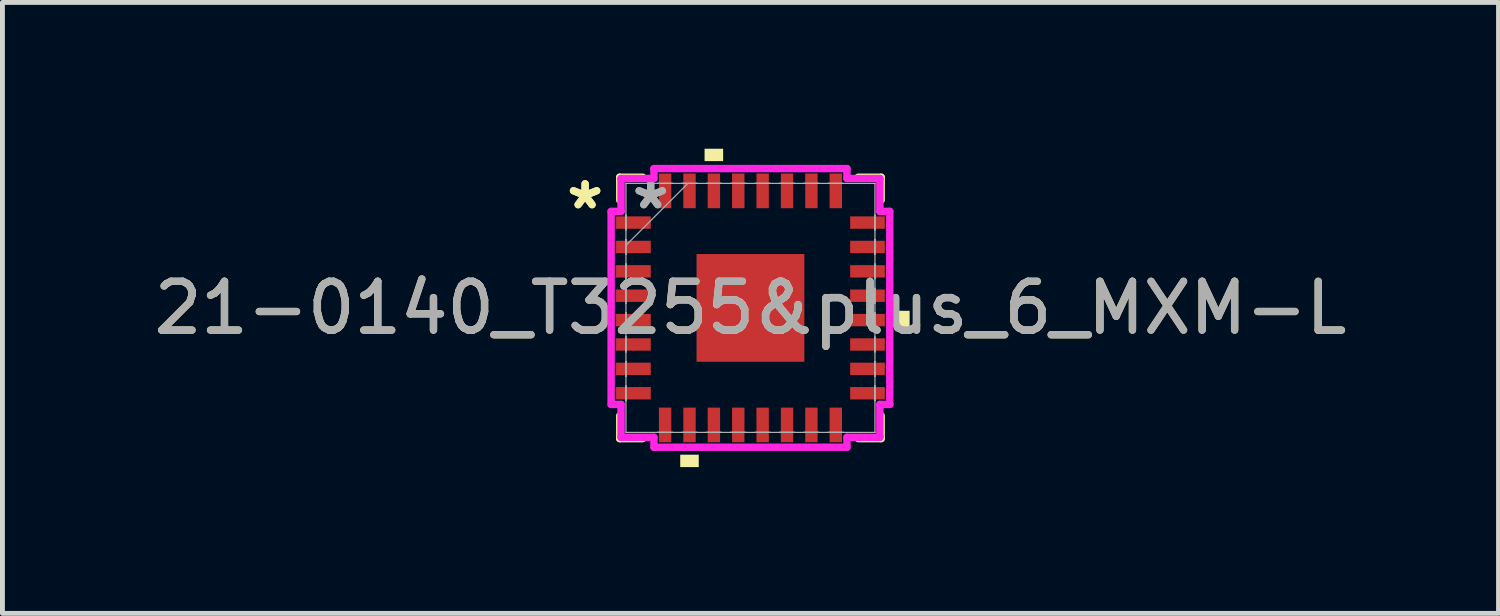
<source format=kicad_pcb>
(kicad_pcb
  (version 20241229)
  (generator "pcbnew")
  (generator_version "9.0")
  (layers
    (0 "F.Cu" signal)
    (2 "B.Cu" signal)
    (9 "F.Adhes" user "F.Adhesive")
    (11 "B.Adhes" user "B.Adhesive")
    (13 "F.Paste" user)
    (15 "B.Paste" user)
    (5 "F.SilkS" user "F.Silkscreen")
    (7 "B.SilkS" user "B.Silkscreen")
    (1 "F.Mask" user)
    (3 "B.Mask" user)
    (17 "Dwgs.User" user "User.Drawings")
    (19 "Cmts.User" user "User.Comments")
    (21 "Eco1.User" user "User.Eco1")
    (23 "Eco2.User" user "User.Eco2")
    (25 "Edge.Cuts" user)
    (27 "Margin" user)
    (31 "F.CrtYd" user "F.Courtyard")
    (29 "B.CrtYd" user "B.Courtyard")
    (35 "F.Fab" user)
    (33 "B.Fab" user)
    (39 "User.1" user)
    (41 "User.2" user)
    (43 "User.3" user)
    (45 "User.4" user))
  (footprint "21-0140_T3255&plus_6_MXM-L"
    (layer "F.Cu")
    (at 12.339 3.264)
    (property "Reference" "21-0140_T3255&plus_6_MXM-L" (at 0 0 0) (unlocked yes) (layer "F.SilkS") (effects (font (size 1 1) (thickness 0.15))))
    (attr smd)
    (fp_line (start -2.68 -2.68) (end -2.68 -2.21) (stroke (width 0.152) (type solid)) (layer "F.SilkS"))
    (fp_line (start -2.68 2.21) (end -2.68 2.68) (stroke (width 0.152) (type solid)) (layer "F.SilkS"))
    (fp_line (start -2.68 2.68) (end -2.21 2.68) (stroke (width 0.152) (type solid)) (layer "F.SilkS"))
    (fp_line (start -2.21 -2.68) (end -2.68 -2.68) (stroke (width 0.152) (type solid)) (layer "F.SilkS"))
    (fp_line (start 2.21 2.68) (end 2.68 2.68) (stroke (width 0.152) (type solid)) (layer "F.SilkS"))
    (fp_line (start 2.68 -2.68) (end 2.21 -2.68) (stroke (width 0.152) (type solid)) (layer "F.SilkS"))
    (fp_line (start 2.68 -2.21) (end 2.68 -2.68) (stroke (width 0.152) (type solid)) (layer "F.SilkS"))
    (fp_line (start 2.68 2.68) (end 2.68 2.21) (stroke (width 0.152) (type solid)) (layer "F.SilkS"))
    (fp_poly (pts (xy -1.44 3.01) (xy -1.44 3.264) (xy -1.06 3.264) (xy -1.06 3.01)) (stroke (width 0) (type solid)) (fill yes) (layer "F.SilkS"))
    (fp_poly (pts (xy -0.941 -3.01) (xy -0.941 -3.264) (xy -0.56 -3.264) (xy -0.56 -3.01)) (stroke (width 0) (type solid)) (fill yes) (layer "F.SilkS"))
    (fp_poly (pts (xy 3.264 0.059) (xy 3.264 0.441) (xy 3.01 0.441) (xy 3.01 0.059)) (stroke (width 0) (type solid)) (fill yes) (layer "F.SilkS"))
    (fp_line (start -2.857 -1.979) (end -2.654 -1.979) (stroke (width 0.152) (type solid)) (layer "F.CrtYd"))
    (fp_line (start -2.857 1.979) (end -2.857 -1.979) (stroke (width 0.152) (type solid)) (layer "F.CrtYd"))
    (fp_line (start -2.654 -2.654) (end -1.979 -2.654) (stroke (width 0.152) (type solid)) (layer "F.CrtYd"))
    (fp_line (start -2.654 -1.979) (end -2.654 -2.654) (stroke (width 0.152) (type solid)) (layer "F.CrtYd"))
    (fp_line (start -2.654 1.979) (end -2.857 1.979) (stroke (width 0.152) (type solid)) (layer "F.CrtYd"))
    (fp_line (start -2.654 2.654) (end -2.654 1.979) (stroke (width 0.152) (type solid)) (layer "F.CrtYd"))
    (fp_line (start -1.979 -2.857) (end 1.979 -2.857) (stroke (width 0.152) (type solid)) (layer "F.CrtYd"))
    (fp_line (start -1.979 -2.654) (end -1.979 -2.857) (stroke (width 0.152) (type solid)) (layer "F.CrtYd"))
    (fp_line (start -1.979 2.654) (end -2.654 2.654) (stroke (width 0.152) (type solid)) (layer "F.CrtYd"))
    (fp_line (start -1.979 2.857) (end -1.979 2.654) (stroke (width 0.152) (type solid)) (layer "F.CrtYd"))
    (fp_line (start 1.979 -2.857) (end 1.979 -2.654) (stroke (width 0.152) (type solid)) (layer "F.CrtYd"))
    (fp_line (start 1.979 -2.654) (end 2.654 -2.654) (stroke (width 0.152) (type solid)) (layer "F.CrtYd"))
    (fp_line (start 1.979 2.654) (end 1.979 2.857) (stroke (width 0.152) (type solid)) (layer "F.CrtYd"))
    (fp_line (start 1.979 2.857) (end -1.979 2.857) (stroke (width 0.152) (type solid)) (layer "F.CrtYd"))
    (fp_line (start 2.654 -2.654) (end 2.654 -1.979) (stroke (width 0.152) (type solid)) (layer "F.CrtYd"))
    (fp_line (start 2.654 -1.979) (end 2.857 -1.979) (stroke (width 0.152) (type solid)) (layer "F.CrtYd"))
    (fp_line (start 2.654 1.979) (end 2.654 2.654) (stroke (width 0.152) (type solid)) (layer "F.CrtYd"))
    (fp_line (start 2.654 2.654) (end 1.979 2.654) (stroke (width 0.152) (type solid)) (layer "F.CrtYd"))
    (fp_line (start 2.857 -1.979) (end 2.857 1.979) (stroke (width 0.152) (type solid)) (layer "F.CrtYd"))
    (fp_line (start 2.857 1.979) (end 2.654 1.979) (stroke (width 0.152) (type solid)) (layer "F.CrtYd"))
    (fp_line (start -2.553 -2.553) (end -2.553 -2.553) (stroke (width 0.025) (type solid)) (layer "F.Fab"))
    (fp_line (start -2.553 -2.553) (end -2.553 2.553) (stroke (width 0.025) (type solid)) (layer "F.Fab"))
    (fp_line (start -2.553 -1.902) (end -2.553 -1.902) (stroke (width 0.025) (type solid)) (layer "F.Fab"))
    (fp_line (start -2.553 -1.902) (end -2.553 -1.598) (stroke (width 0.025) (type solid)) (layer "F.Fab"))
    (fp_line (start -2.553 -1.598) (end -2.553 -1.902) (stroke (width 0.025) (type solid)) (layer "F.Fab"))
    (fp_line (start -2.553 -1.598) (end -2.553 -1.598) (stroke (width 0.025) (type solid)) (layer "F.Fab"))
    (fp_line (start -2.553 -1.402) (end -2.553 -1.402) (stroke (width 0.025) (type solid)) (layer "F.Fab"))
    (fp_line (start -2.553 -1.402) (end -2.553 -1.098) (stroke (width 0.025) (type solid)) (layer "F.Fab"))
    (fp_line (start -2.553 -1.283) (end -1.283 -2.553) (stroke (width 0.025) (type solid)) (layer "F.Fab"))
    (fp_line (start -2.553 -1.098) (end -2.553 -1.402) (stroke (width 0.025) (type solid)) (layer "F.Fab"))
    (fp_line (start -2.553 -1.098) (end -2.553 -1.098) (stroke (width 0.025) (type solid)) (layer "F.Fab"))
    (fp_line (start -2.553 -0.902) (end -2.553 -0.902) (stroke (width 0.025) (type solid)) (layer "F.Fab"))
    (fp_line (start -2.553 -0.902) (end -2.553 -0.598) (stroke (width 0.025) (type solid)) (layer "F.Fab"))
    (fp_line (start -2.553 -0.598) (end -2.553 -0.902) (stroke (width 0.025) (type solid)) (layer "F.Fab"))
    (fp_line (start -2.553 -0.598) (end -2.553 -0.598) (stroke (width 0.025) (type solid)) (layer "F.Fab"))
    (fp_line (start -2.553 -0.402) (end -2.553 -0.402) (stroke (width 0.025) (type solid)) (layer "F.Fab"))
    (fp_line (start -2.553 -0.402) (end -2.553 -0.098) (stroke (width 0.025) (type solid)) (layer "F.Fab"))
    (fp_line (start -2.553 -0.098) (end -2.553 -0.402) (stroke (width 0.025) (type solid)) (layer "F.Fab"))
    (fp_line (start -2.553 -0.098) (end -2.553 -0.098) (stroke (width 0.025) (type solid)) (layer "F.Fab"))
    (fp_line (start -2.553 0.098) (end -2.553 0.098) (stroke (width 0.025) (type solid)) (layer "F.Fab"))
    (fp_line (start -2.553 0.098) (end -2.553 0.402) (stroke (width 0.025) (type solid)) (layer "F.Fab"))
    (fp_line (start -2.553 0.402) (end -2.553 0.098) (stroke (width 0.025) (type solid)) (layer "F.Fab"))
    (fp_line (start -2.553 0.402) (end -2.553 0.402) (stroke (width 0.025) (type solid)) (layer "F.Fab"))
    (fp_line (start -2.553 0.598) (end -2.553 0.598) (stroke (width 0.025) (type solid)) (layer "F.Fab"))
    (fp_line (start -2.553 0.598) (end -2.553 0.902) (stroke (width 0.025) (type solid)) (layer "F.Fab"))
    (fp_line (start -2.553 0.902) (end -2.553 0.598) (stroke (width 0.025) (type solid)) (layer "F.Fab"))
    (fp_line (start -2.553 0.902) (end -2.553 0.902) (stroke (width 0.025) (type solid)) (layer "F.Fab"))
    (fp_line (start -2.553 1.098) (end -2.553 1.098) (stroke (width 0.025) (type solid)) (layer "F.Fab"))
    (fp_line (start -2.553 1.098) (end -2.553 1.402) (stroke (width 0.025) (type solid)) (layer "F.Fab"))
    (fp_line (start -2.553 1.402) (end -2.553 1.098) (stroke (width 0.025) (type solid)) (layer "F.Fab"))
    (fp_line (start -2.553 1.402) (end -2.553 1.402) (stroke (width 0.025) (type solid)) (layer "F.Fab"))
    (fp_line (start -2.553 1.598) (end -2.553 1.598) (stroke (width 0.025) (type solid)) (layer "F.Fab"))
    (fp_line (start -2.553 1.598) (end -2.553 1.902) (stroke (width 0.025) (type solid)) (layer "F.Fab"))
    (fp_line (start -2.553 1.902) (end -2.553 1.598) (stroke (width 0.025) (type solid)) (layer "F.Fab"))
    (fp_line (start -2.553 1.902) (end -2.553 1.902) (stroke (width 0.025) (type solid)) (layer "F.Fab"))
    (fp_line (start -2.553 2.553) (end -2.553 2.553) (stroke (width 0.025) (type solid)) (layer "F.Fab"))
    (fp_line (start -2.553 2.553) (end 2.553 2.553) (stroke (width 0.025) (type solid)) (layer "F.Fab"))
    (fp_line (start -1.902 -2.553) (end -1.902 -2.553) (stroke (width 0.025) (type solid)) (layer "F.Fab"))
    (fp_line (start -1.902 -2.553) (end -1.598 -2.553) (stroke (width 0.025) (type solid)) (layer "F.Fab"))
    (fp_line (start -1.902 2.553) (end -1.902 2.553) (stroke (width 0.025) (type solid)) (layer "F.Fab"))
    (fp_line (start -1.902 2.553) (end -1.598 2.553) (stroke (width 0.025) (type solid)) (layer "F.Fab"))
    (fp_line (start -1.598 -2.553) (end -1.902 -2.553) (stroke (width 0.025) (type solid)) (layer "F.Fab"))
    (fp_line (start -1.598 -2.553) (end -1.598 -2.553) (stroke (width 0.025) (type solid)) (layer "F.Fab"))
    (fp_line (start -1.598 2.553) (end -1.902 2.553) (stroke (width 0.025) (type solid)) (layer "F.Fab"))
    (fp_line (start -1.598 2.553) (end -1.598 2.553) (stroke (width 0.025) (type solid)) (layer "F.Fab"))
    (fp_line (start -1.402 -2.553) (end -1.402 -2.553) (stroke (width 0.025) (type solid)) (layer "F.Fab"))
    (fp_line (start -1.402 -2.553) (end -1.098 -2.553) (stroke (width 0.025) (type solid)) (layer "F.Fab"))
    (fp_line (start -1.402 2.553) (end -1.402 2.553) (stroke (width 0.025) (type solid)) (layer "F.Fab"))
    (fp_line (start -1.402 2.553) (end -1.098 2.553) (stroke (width 0.025) (type solid)) (layer "F.Fab"))
    (fp_line (start -1.098 -2.553) (end -1.402 -2.553) (stroke (width 0.025) (type solid)) (layer "F.Fab"))
    (fp_line (start -1.098 -2.553) (end -1.098 -2.553) (stroke (width 0.025) (type solid)) (layer "F.Fab"))
    (fp_line (start -1.098 2.553) (end -1.402 2.553) (stroke (width 0.025) (type solid)) (layer "F.Fab"))
    (fp_line (start -1.098 2.553) (end -1.098 2.553) (stroke (width 0.025) (type solid)) (layer "F.Fab"))
    (fp_line (start -0.902 -2.553) (end -0.902 -2.553) (stroke (width 0.025) (type solid)) (layer "F.Fab"))
    (fp_line (start -0.902 -2.553) (end -0.598 -2.553) (stroke (width 0.025) (type solid)) (layer "F.Fab"))
    (fp_line (start -0.902 2.553) (end -0.902 2.553) (stroke (width 0.025) (type solid)) (layer "F.Fab"))
    (fp_line (start -0.902 2.553) (end -0.598 2.553) (stroke (width 0.025) (type solid)) (layer "F.Fab"))
    (fp_line (start -0.598 -2.553) (end -0.902 -2.553) (stroke (width 0.025) (type solid)) (layer "F.Fab"))
    (fp_line (start -0.598 -2.553) (end -0.598 -2.553) (stroke (width 0.025) (type solid)) (layer "F.Fab"))
    (fp_line (start -0.598 2.553) (end -0.902 2.553) (stroke (width 0.025) (type solid)) (layer "F.Fab"))
    (fp_line (start -0.598 2.553) (end -0.598 2.553) (stroke (width 0.025) (type solid)) (layer "F.Fab"))
    (fp_line (start -0.402 -2.553) (end -0.402 -2.553) (stroke (width 0.025) (type solid)) (layer "F.Fab"))
    (fp_line (start -0.402 -2.553) (end -0.098 -2.553) (stroke (width 0.025) (type solid)) (layer "F.Fab"))
    (fp_line (start -0.402 2.553) (end -0.402 2.553) (stroke (width 0.025) (type solid)) (layer "F.Fab"))
    (fp_line (start -0.402 2.553) (end -0.098 2.553) (stroke (width 0.025) (type solid)) (layer "F.Fab"))
    (fp_line (start -0.098 -2.553) (end -0.402 -2.553) (stroke (width 0.025) (type solid)) (layer "F.Fab"))
    (fp_line (start -0.098 -2.553) (end -0.098 -2.553) (stroke (width 0.025) (type solid)) (layer "F.Fab"))
    (fp_line (start -0.098 2.553) (end -0.402 2.553) (stroke (width 0.025) (type solid)) (layer "F.Fab"))
    (fp_line (start -0.098 2.553) (end -0.098 2.553) (stroke (width 0.025) (type solid)) (layer "F.Fab"))
    (fp_line (start 0.098 -2.553) (end 0.098 -2.553) (stroke (width 0.025) (type solid)) (layer "F.Fab"))
    (fp_line (start 0.098 -2.553) (end 0.402 -2.553) (stroke (width 0.025) (type solid)) (layer "F.Fab"))
    (fp_line (start 0.098 2.553) (end 0.098 2.553) (stroke (width 0.025) (type solid)) (layer "F.Fab"))
    (fp_line (start 0.098 2.553) (end 0.402 2.553) (stroke (width 0.025) (type solid)) (layer "F.Fab"))
    (fp_line (start 0.402 -2.553) (end 0.098 -2.553) (stroke (width 0.025) (type solid)) (layer "F.Fab"))
    (fp_line (start 0.402 -2.553) (end 0.402 -2.553) (stroke (width 0.025) (type solid)) (layer "F.Fab"))
    (fp_line (start 0.402 2.553) (end 0.098 2.553) (stroke (width 0.025) (type solid)) (layer "F.Fab"))
    (fp_line (start 0.402 2.553) (end 0.402 2.553) (stroke (width 0.025) (type solid)) (layer "F.Fab"))
    (fp_line (start 0.598 -2.553) (end 0.598 -2.553) (stroke (width 0.025) (type solid)) (layer "F.Fab"))
    (fp_line (start 0.598 -2.553) (end 0.902 -2.553) (stroke (width 0.025) (type solid)) (layer "F.Fab"))
    (fp_line (start 0.598 2.553) (end 0.598 2.553) (stroke (width 0.025) (type solid)) (layer "F.Fab"))
    (fp_line (start 0.598 2.553) (end 0.902 2.553) (stroke (width 0.025) (type solid)) (layer "F.Fab"))
    (fp_line (start 0.902 -2.553) (end 0.598 -2.553) (stroke (width 0.025) (type solid)) (layer "F.Fab"))
    (fp_line (start 0.902 -2.553) (end 0.902 -2.553) (stroke (width 0.025) (type solid)) (layer "F.Fab"))
    (fp_line (start 0.902 2.553) (end 0.598 2.553) (stroke (width 0.025) (type solid)) (layer "F.Fab"))
    (fp_line (start 0.902 2.553) (end 0.902 2.553) (stroke (width 0.025) (type solid)) (layer "F.Fab"))
    (fp_line (start 1.098 -2.553) (end 1.098 -2.553) (stroke (width 0.025) (type solid)) (layer "F.Fab"))
    (fp_line (start 1.098 -2.553) (end 1.402 -2.553) (stroke (width 0.025) (type solid)) (layer "F.Fab"))
    (fp_line (start 1.098 2.553) (end 1.098 2.553) (stroke (width 0.025) (type solid)) (layer "F.Fab"))
    (fp_line (start 1.098 2.553) (end 1.402 2.553) (stroke (width 0.025) (type solid)) (layer "F.Fab"))
    (fp_line (start 1.402 -2.553) (end 1.098 -2.553) (stroke (width 0.025) (type solid)) (layer "F.Fab"))
    (fp_line (start 1.402 -2.553) (end 1.402 -2.553) (stroke (width 0.025) (type solid)) (layer "F.Fab"))
    (fp_line (start 1.402 2.553) (end 1.098 2.553) (stroke (width 0.025) (type solid)) (layer "F.Fab"))
    (fp_line (start 1.402 2.553) (end 1.402 2.553) (stroke (width 0.025) (type solid)) (layer "F.Fab"))
    (fp_line (start 1.598 -2.553) (end 1.598 -2.553) (stroke (width 0.025) (type solid)) (layer "F.Fab"))
    (fp_line (start 1.598 -2.553) (end 1.902 -2.553) (stroke (width 0.025) (type solid)) (layer "F.Fab"))
    (fp_line (start 1.598 2.553) (end 1.598 2.553) (stroke (width 0.025) (type solid)) (layer "F.Fab"))
    (fp_line (start 1.598 2.553) (end 1.902 2.553) (stroke (width 0.025) (type solid)) (layer "F.Fab"))
    (fp_line (start 1.902 -2.553) (end 1.598 -2.553) (stroke (width 0.025) (type solid)) (layer "F.Fab"))
    (fp_line (start 1.902 -2.553) (end 1.902 -2.553) (stroke (width 0.025) (type solid)) (layer "F.Fab"))
    (fp_line (start 1.902 2.553) (end 1.598 2.553) (stroke (width 0.025) (type solid)) (layer "F.Fab"))
    (fp_line (start 1.902 2.553) (end 1.902 2.553) (stroke (width 0.025) (type solid)) (layer "F.Fab"))
    (fp_line (start 2.553 -2.553) (end -2.553 -2.553) (stroke (width 0.025) (type solid)) (layer "F.Fab"))
    (fp_line (start 2.553 -2.553) (end 2.553 -2.553) (stroke (width 0.025) (type solid)) (layer "F.Fab"))
    (fp_line (start 2.553 -1.902) (end 2.553 -1.902) (stroke (width 0.025) (type solid)) (layer "F.Fab"))
    (fp_line (start 2.553 -1.902) (end 2.553 -1.598) (stroke (width 0.025) (type solid)) (layer "F.Fab"))
    (fp_line (start 2.553 -1.598) (end 2.553 -1.902) (stroke (width 0.025) (type solid)) (layer "F.Fab"))
    (fp_line (start 2.553 -1.598) (end 2.553 -1.598) (stroke (width 0.025) (type solid)) (layer "F.Fab"))
    (fp_line (start 2.553 -1.402) (end 2.553 -1.402) (stroke (width 0.025) (type solid)) (layer "F.Fab"))
    (fp_line (start 2.553 -1.402) (end 2.553 -1.098) (stroke (width 0.025) (type solid)) (layer "F.Fab"))
    (fp_line (start 2.553 -1.098) (end 2.553 -1.402) (stroke (width 0.025) (type solid)) (layer "F.Fab"))
    (fp_line (start 2.553 -1.098) (end 2.553 -1.098) (stroke (width 0.025) (type solid)) (layer "F.Fab"))
    (fp_line (start 2.553 -0.902) (end 2.553 -0.902) (stroke (width 0.025) (type solid)) (layer "F.Fab"))
    (fp_line (start 2.553 -0.902) (end 2.553 -0.598) (stroke (width 0.025) (type solid)) (layer "F.Fab"))
    (fp_line (start 2.553 -0.598) (end 2.553 -0.902) (stroke (width 0.025) (type solid)) (layer "F.Fab"))
    (fp_line (start 2.553 -0.598) (end 2.553 -0.598) (stroke (width 0.025) (type solid)) (layer "F.Fab"))
    (fp_line (start 2.553 -0.402) (end 2.553 -0.402) (stroke (width 0.025) (type solid)) (layer "F.Fab"))
    (fp_line (start 2.553 -0.402) (end 2.553 -0.098) (stroke (width 0.025) (type solid)) (layer "F.Fab"))
    (fp_line (start 2.553 -0.098) (end 2.553 -0.402) (stroke (width 0.025) (type solid)) (layer "F.Fab"))
    (fp_line (start 2.553 -0.098) (end 2.553 -0.098) (stroke (width 0.025) (type solid)) (layer "F.Fab"))
    (fp_line (start 2.553 0.098) (end 2.553 0.098) (stroke (width 0.025) (type solid)) (layer "F.Fab"))
    (fp_line (start 2.553 0.098) (end 2.553 0.402) (stroke (width 0.025) (type solid)) (layer "F.Fab"))
    (fp_line (start 2.553 0.402) (end 2.553 0.098) (stroke (width 0.025) (type solid)) (layer "F.Fab"))
    (fp_line (start 2.553 0.402) (end 2.553 0.402) (stroke (width 0.025) (type solid)) (layer "F.Fab"))
    (fp_line (start 2.553 0.598) (end 2.553 0.598) (stroke (width 0.025) (type solid)) (layer "F.Fab"))
    (fp_line (start 2.553 0.598) (end 2.553 0.902) (stroke (width 0.025) (type solid)) (layer "F.Fab"))
    (fp_line (start 2.553 0.902) (end 2.553 0.598) (stroke (width 0.025) (type solid)) (layer "F.Fab"))
    (fp_line (start 2.553 0.902) (end 2.553 0.902) (stroke (width 0.025) (type solid)) (layer "F.Fab"))
    (fp_line (start 2.553 1.098) (end 2.553 1.098) (stroke (width 0.025) (type solid)) (layer "F.Fab"))
    (fp_line (start 2.553 1.098) (end 2.553 1.402) (stroke (width 0.025) (type solid)) (layer "F.Fab"))
    (fp_line (start 2.553 1.402) (end 2.553 1.098) (stroke (width 0.025) (type solid)) (layer "F.Fab"))
    (fp_line (start 2.553 1.402) (end 2.553 1.402) (stroke (width 0.025) (type solid)) (layer "F.Fab"))
    (fp_line (start 2.553 1.598) (end 2.553 1.598) (stroke (width 0.025) (type solid)) (layer "F.Fab"))
    (fp_line (start 2.553 1.598) (end 2.553 1.902) (stroke (width 0.025) (type solid)) (layer "F.Fab"))
    (fp_line (start 2.553 1.902) (end 2.553 1.598) (stroke (width 0.025) (type solid)) (layer "F.Fab"))
    (fp_line (start 2.553 1.902) (end 2.553 1.902) (stroke (width 0.025) (type solid)) (layer "F.Fab"))
    (fp_line (start 2.553 2.553) (end 2.553 -2.553) (stroke (width 0.025) (type solid)) (layer "F.Fab"))
    (fp_line (start 2.553 2.553) (end 2.553 2.553) (stroke (width 0.025) (type solid)) (layer "F.Fab"))
    (fp_text user "*" (at -3.391 -2 0) (unlocked yes) (layer "F.SilkS") (effects (font (size 1 1) (thickness 0.15))))
    (fp_text user "*" (at -3.391 -2 0) (layer "F.SilkS") (effects (font (size 1 1) (thickness 0.15))))
    (fp_text user "*" (at -2.045 -2 0) (unlocked yes) (layer "F.Fab") (effects (font (size 1 1) (thickness 0.15))))
    (fp_text user "*" (at -2.045 -2 0) (layer "F.Fab") (effects (font (size 1 1) (thickness 0.15))))
    (fp_text user "${REFERENCE}" (at 0 0 0) (unlocked yes) (layer "F.Fab") (effects (font (size 1 1) (thickness 0.15))))
    (pad "1" smd rect (at -2.4 -1.75 90) (size 0.254 0.711) (layers "F.Cu" "F.Mask" "F.Paste"))
    (pad "2" smd rect (at -2.4 -1.25 90) (size 0.254 0.711) (layers "F.Cu" "F.Mask" "F.Paste"))
    (pad "3" smd rect (at -2.4 -0.75 90) (size 0.254 0.711) (layers "F.Cu" "F.Mask" "F.Paste"))
    (pad "4" smd rect (at -2.4 -0.25 90) (size 0.254 0.711) (layers "F.Cu" "F.Mask" "F.Paste"))
    (pad "5" smd rect (at -2.4 0.25 90) (size 0.254 0.711) (layers "F.Cu" "F.Mask" "F.Paste"))
    (pad "6" smd rect (at -2.4 0.75 90) (size 0.254 0.711) (layers "F.Cu" "F.Mask" "F.Paste"))
    (pad "7" smd rect (at -2.4 1.25 90) (size 0.254 0.711) (layers "F.Cu" "F.Mask" "F.Paste"))
    (pad "8" smd rect (at -2.4 1.75 90) (size 0.254 0.711) (layers "F.Cu" "F.Mask" "F.Paste"))
    (pad "9" smd rect (at -1.75 2.4) (size 0.254 0.711) (layers "F.Cu" "F.Mask" "F.Paste"))
    (pad "10" smd rect (at -1.25 2.4) (size 0.254 0.711) (layers "F.Cu" "F.Mask" "F.Paste"))
    (pad "11" smd rect (at -0.75 2.4) (size 0.254 0.711) (layers "F.Cu" "F.Mask" "F.Paste"))
    (pad "12" smd rect (at -0.25 2.4) (size 0.254 0.711) (layers "F.Cu" "F.Mask" "F.Paste"))
    (pad "13" smd rect (at 0.25 2.4) (size 0.254 0.711) (layers "F.Cu" "F.Mask" "F.Paste"))
    (pad "14" smd rect (at 0.75 2.4) (size 0.254 0.711) (layers "F.Cu" "F.Mask" "F.Paste"))
    (pad "15" smd rect (at 1.25 2.4) (size 0.254 0.711) (layers "F.Cu" "F.Mask" "F.Paste"))
    (pad "16" smd rect (at 1.75 2.4) (size 0.254 0.711) (layers "F.Cu" "F.Mask" "F.Paste"))
    (pad "17" smd rect (at 2.4 1.75 90) (size 0.254 0.711) (layers "F.Cu" "F.Mask" "F.Paste"))
    (pad "18" smd rect (at 2.4 1.25 90) (size 0.254 0.711) (layers "F.Cu" "F.Mask" "F.Paste"))
    (pad "19" smd rect (at 2.4 0.75 90) (size 0.254 0.711) (layers "F.Cu" "F.Mask" "F.Paste"))
    (pad "20" smd rect (at 2.4 0.25 90) (size 0.254 0.711) (layers "F.Cu" "F.Mask" "F.Paste"))
    (pad "21" smd rect (at 2.4 -0.25 90) (size 0.254 0.711) (layers "F.Cu" "F.Mask" "F.Paste"))
    (pad "22" smd rect (at 2.4 -0.75 90) (size 0.254 0.711) (layers "F.Cu" "F.Mask" "F.Paste"))
    (pad "23" smd rect (at 2.4 -1.25 90) (size 0.254 0.711) (layers "F.Cu" "F.Mask" "F.Paste"))
    (pad "24" smd rect (at 2.4 -1.75 90) (size 0.254 0.711) (layers "F.Cu" "F.Mask" "F.Paste"))
    (pad "25" smd rect (at 1.75 -2.4) (size 0.254 0.711) (layers "F.Cu" "F.Mask" "F.Paste"))
    (pad "26" smd rect (at 1.25 -2.4) (size 0.254 0.711) (layers "F.Cu" "F.Mask" "F.Paste"))
    (pad "27" smd rect (at 0.75 -2.4) (size 0.254 0.711) (layers "F.Cu" "F.Mask" "F.Paste"))
    (pad "28" smd rect (at 0.25 -2.4) (size 0.254 0.711) (layers "F.Cu" "F.Mask" "F.Paste"))
    (pad "29" smd rect (at -0.25 -2.4) (size 0.254 0.711) (layers "F.Cu" "F.Mask" "F.Paste"))
    (pad "30" smd rect (at -0.75 -2.4) (size 0.254 0.711) (layers "F.Cu" "F.Mask" "F.Paste"))
    (pad "31" smd rect (at -1.25 -2.4) (size 0.254 0.711) (layers "F.Cu" "F.Mask" "F.Paste"))
    (pad "32" smd rect (at -1.75 -2.4) (size 0.254 0.711) (layers "F.Cu" "F.Mask" "F.Paste"))
    (pad "33" smd rect (at 0 0) (size 2.21 2.21) (layers "F.Cu" "F.Mask" "F.Paste")))
  (gr_rect
    (start -3 -3)
    (end 27.679 9.528)
    (stroke (width 0.1) (type default))
    (fill no)
    (layer "Edge.Cuts")))
</source>
